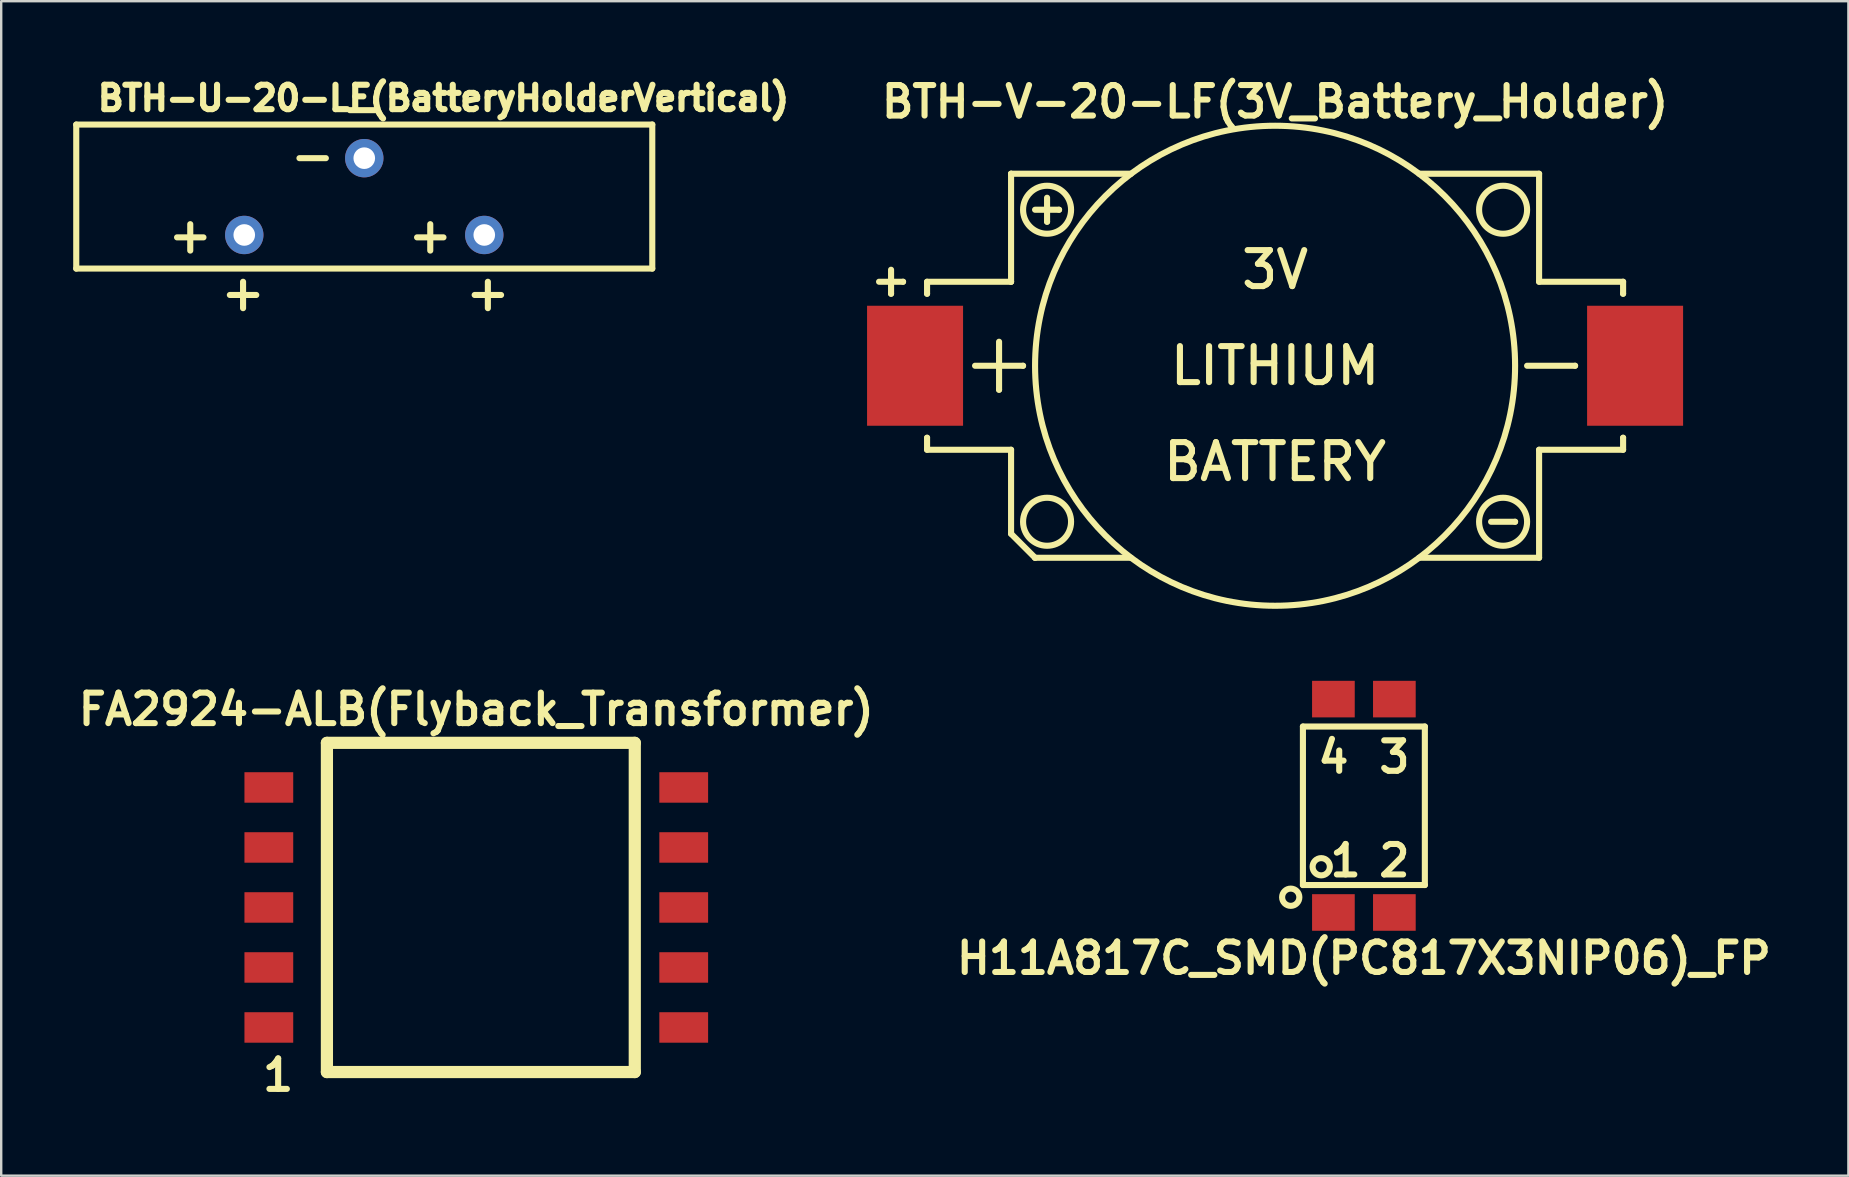
<source format=kicad_pcb>
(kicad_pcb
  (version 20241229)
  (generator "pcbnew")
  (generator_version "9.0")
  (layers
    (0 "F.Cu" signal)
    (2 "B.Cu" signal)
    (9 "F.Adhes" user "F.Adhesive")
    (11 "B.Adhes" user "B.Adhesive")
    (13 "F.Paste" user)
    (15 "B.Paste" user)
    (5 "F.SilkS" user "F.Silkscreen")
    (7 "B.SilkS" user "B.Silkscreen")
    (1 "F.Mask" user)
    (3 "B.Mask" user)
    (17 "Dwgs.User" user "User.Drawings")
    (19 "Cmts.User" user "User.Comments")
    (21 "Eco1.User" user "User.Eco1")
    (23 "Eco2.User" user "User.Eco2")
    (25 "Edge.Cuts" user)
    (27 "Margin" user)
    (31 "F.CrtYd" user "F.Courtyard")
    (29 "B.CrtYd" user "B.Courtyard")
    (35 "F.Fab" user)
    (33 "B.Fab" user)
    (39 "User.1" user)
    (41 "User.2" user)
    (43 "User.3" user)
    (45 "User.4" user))
  (footprint "BTH-U-20-LF(BatteryHolderVertical)"
    (layer "F.Cu")
    (at 12.127 5.14)
    (property "Reference" "BTH-U-20-LF(BatteryHolderVertical)" (at 3.3 -4.1 0) (layer "F.SilkS") (effects (font (size 1.016 1.016) (thickness 0.254))))
    (attr through_hole)
    (fp_line (start -12 -3) (end -12 3) (stroke (width 0.254) (type solid)) (layer "F.SilkS"))
    (fp_line (start -12 3) (end 12 3) (stroke (width 0.254) (type solid)) (layer "F.SilkS"))
    (fp_line (start -7.8 1.7) (end -6.7 1.7) (stroke (width 0.254) (type solid)) (layer "F.SilkS"))
    (fp_line (start -7.25 2.25) (end -7.25 1.15) (stroke (width 0.254) (type solid)) (layer "F.SilkS"))
    (fp_line (start -5.6 4.1) (end -4.5 4.1) (stroke (width 0.254) (type solid)) (layer "F.SilkS"))
    (fp_line (start -5.05 4.65) (end -5.05 3.55) (stroke (width 0.254) (type solid)) (layer "F.SilkS"))
    (fp_line (start -2.7 -1.6) (end -1.6 -1.6) (stroke (width 0.254) (type solid)) (layer "F.SilkS"))
    (fp_line (start -0.6 -3.6) (end 0.5 -3.6) (stroke (width 0.254) (type solid)) (layer "F.SilkS"))
    (fp_line (start 2.2 1.7) (end 3.3 1.7) (stroke (width 0.254) (type solid)) (layer "F.SilkS"))
    (fp_line (start 2.75 2.25) (end 2.75 1.15) (stroke (width 0.254) (type solid)) (layer "F.SilkS"))
    (fp_line (start 5.15 4.65) (end 5.15 3.55) (stroke (width 0.254) (type solid)) (layer "F.SilkS"))
    (fp_line (start 5.7 4.1) (end 4.6 4.1) (stroke (width 0.254) (type solid)) (layer "F.SilkS"))
    (fp_line (start 12 -3) (end -12 -3) (stroke (width 0.254) (type solid)) (layer "F.SilkS"))
    (fp_line (start 12 3) (end 12 -3) (stroke (width 0.254) (type solid)) (layer "F.SilkS"))
    (pad "1" thru_hole circle (at -5 1.6) (size 1.6 1.6) (drill 0.9) (layers "*.Cu" "*.Mask"))
    (pad "1" thru_hole circle (at 5 1.6) (size 1.6 1.6) (drill 0.9) (layers "*.Cu" "*.Mask"))
    (pad "2" thru_hole circle (at 0 -1.6) (size 1.6 1.6) (drill 0.9) (layers "*.Cu" "*.Mask")))
  (footprint "H11A817C_SMD(PC817X3NIP06)_FP"
    (layer "F.Cu")
    (at 53.776 30.523)
    (property "Reference" "H11A817C_SMD(PC817X3NIP06)_FP" (at 0 6.35 0) (layer "F.SilkS") (effects (font (size 1.27 1.27) (thickness 0.254))))
    (attr through_hole)
    (fp_line (start -2.54 -3.302) (end 2.54 -3.302) (stroke (width 0.254) (type solid)) (layer "F.SilkS"))
    (fp_line (start -2.54 3.302) (end -2.54 -3.302) (stroke (width 0.254) (type solid)) (layer "F.SilkS"))
    (fp_line (start 2.54 -3.302) (end 2.54 3.302) (stroke (width 0.254) (type solid)) (layer "F.SilkS"))
    (fp_line (start 2.54 3.302) (end -2.54 3.302) (stroke (width 0.254) (type solid)) (layer "F.SilkS"))
    (fp_circle (center -3.048 3.81) (end -3.302 4.064) (stroke (width 0.254) (type solid)) (fill no) (layer "F.SilkS"))
    (fp_circle (center -1.778 2.54) (end -2.032 2.794) (stroke (width 0.254) (type solid)) (fill no) (layer "F.SilkS"))
    (fp_text user "1" (at -0.762 2.286 0) (layer "F.SilkS") (effects (font (size 1.27 1.27) (thickness 0.254))))
    (fp_text user "4" (at -1.27 -2.032 0) (layer "F.SilkS") (effects (font (size 1.27 1.27) (thickness 0.254))))
    (fp_text user "3" (at 1.27 -2.032 0) (layer "F.SilkS") (effects (font (size 1.27 1.27) (thickness 0.254))))
    (fp_text user "2" (at 1.27 2.286 0) (layer "F.SilkS") (effects (font (size 1.27 1.27) (thickness 0.254))))
    (pad "1" smd rect (at -1.27 4.445) (size 1.778 1.524) (layers "F.Cu" "F.Mask" "F.Paste"))
    (pad "2" smd rect (at 1.27 4.445) (size 1.778 1.524) (layers "F.Cu" "F.Mask" "F.Paste"))
    (pad "3" smd rect (at 1.27 -4.445) (size 1.778 1.524) (layers "F.Cu" "F.Mask" "F.Paste"))
    (pad "4" smd rect (at -1.27 -4.445) (size 1.778 1.524) (layers "F.Cu" "F.Mask" "F.Paste")))
  (footprint "BTH-V-20-LF(3V_Battery_Holder)"
    (layer "F.Cu")
    (at 50.076 12.189)
    (property "Reference" "BTH-V-20-LF(3V_Battery_Holder)" (at 0 -11 0) (layer "F.SilkS") (effects (font (size 1.27 1.27) (thickness 0.254))))
    (attr through_hole)
    (fp_line (start -16.5 -3.5) (end -15.5 -3.5) (stroke (width 0.254) (type solid)) (layer "F.SilkS"))
    (fp_line (start -16 -4) (end -16 -3) (stroke (width 0.254) (type solid)) (layer "F.SilkS"))
    (fp_line (start -16 -3) (end -16 -3) (stroke (width 0.254) (type solid)) (layer "F.SilkS"))
    (fp_line (start -15.5 -3.5) (end -15.5 -3.5) (stroke (width 0.254) (type solid)) (layer "F.SilkS"))
    (fp_line (start -14.5 -3.5) (end -14.5 -3) (stroke (width 0.254) (type solid)) (layer "F.SilkS"))
    (fp_line (start -14.5 -3) (end -14.5 -3) (stroke (width 0.254) (type solid)) (layer "F.SilkS"))
    (fp_line (start -14.5 3) (end -14.5 3) (stroke (width 0.254) (type solid)) (layer "F.SilkS"))
    (fp_line (start -14.5 3.5) (end -14.5 3) (stroke (width 0.254) (type solid)) (layer "F.SilkS"))
    (fp_line (start -12.5 0) (end -10.5 0) (stroke (width 0.254) (type solid)) (layer "F.SilkS"))
    (fp_line (start -11.5 -1) (end -11.5 1) (stroke (width 0.254) (type solid)) (layer "F.SilkS"))
    (fp_line (start -11.5 1) (end -11.5 1) (stroke (width 0.254) (type solid)) (layer "F.SilkS"))
    (fp_line (start -11 -8) (end -11 -8) (stroke (width 0.254) (type solid)) (layer "F.SilkS"))
    (fp_line (start -11 -8) (end -11 -3.5) (stroke (width 0.254) (type solid)) (layer "F.SilkS"))
    (fp_line (start -11 -3.5) (end -14.5 -3.5) (stroke (width 0.254) (type solid)) (layer "F.SilkS"))
    (fp_line (start -11 -3.5) (end -11 -3.5) (stroke (width 0.254) (type solid)) (layer "F.SilkS"))
    (fp_line (start -11 3.5) (end -14.5 3.5) (stroke (width 0.254) (type solid)) (layer "F.SilkS"))
    (fp_line (start -11 7) (end -11 3.5) (stroke (width 0.254) (type solid)) (layer "F.SilkS"))
    (fp_line (start -11 7) (end -10 8) (stroke (width 0.254) (type solid)) (layer "F.SilkS"))
    (fp_line (start -10.5 0) (end -10.5 0) (stroke (width 0.254) (type solid)) (layer "F.SilkS"))
    (fp_line (start -10 -6.5) (end -9 -6.5) (stroke (width 0.254) (type solid)) (layer "F.SilkS"))
    (fp_line (start -10 8) (end -10 8) (stroke (width 0.254) (type solid)) (layer "F.SilkS"))
    (fp_line (start -9.5 -7) (end -9.5 -6) (stroke (width 0.254) (type solid)) (layer "F.SilkS"))
    (fp_line (start -9.5 -6) (end -9.5 -6) (stroke (width 0.254) (type solid)) (layer "F.SilkS"))
    (fp_line (start -9 -6.5) (end -9 -6.5) (stroke (width 0.254) (type solid)) (layer "F.SilkS"))
    (fp_line (start -6 -8) (end -11 -8) (stroke (width 0.254) (type solid)) (layer "F.SilkS"))
    (fp_line (start -6 8) (end -10 8) (stroke (width 0.254) (type solid)) (layer "F.SilkS"))
    (fp_line (start 9 6.5) (end 10 6.5) (stroke (width 0.254) (type solid)) (layer "F.SilkS"))
    (fp_line (start 10 6.5) (end 10 6.5) (stroke (width 0.254) (type solid)) (layer "F.SilkS"))
    (fp_line (start 10.5 0) (end 12.5 0) (stroke (width 0.254) (type solid)) (layer "F.SilkS"))
    (fp_line (start 11 -8) (end 6 -8) (stroke (width 0.254) (type solid)) (layer "F.SilkS"))
    (fp_line (start 11 -8) (end 11 -3.5) (stroke (width 0.254) (type solid)) (layer "F.SilkS"))
    (fp_line (start 11 -3.5) (end 14.5 -3.5) (stroke (width 0.254) (type solid)) (layer "F.SilkS"))
    (fp_line (start 11 3.5) (end 14.5 3.5) (stroke (width 0.254) (type solid)) (layer "F.SilkS"))
    (fp_line (start 11 8) (end 6 8) (stroke (width 0.254) (type solid)) (layer "F.SilkS"))
    (fp_line (start 11 8) (end 11 3.5) (stroke (width 0.254) (type solid)) (layer "F.SilkS"))
    (fp_line (start 12.5 0) (end 12.5 0) (stroke (width 0.254) (type solid)) (layer "F.SilkS"))
    (fp_line (start 14.5 -3.5) (end 14.5 -3) (stroke (width 0.254) (type solid)) (layer "F.SilkS"))
    (fp_line (start 14.5 -3) (end 14.5 -3) (stroke (width 0.254) (type solid)) (layer "F.SilkS"))
    (fp_line (start 14.5 3) (end 14.5 3) (stroke (width 0.254) (type solid)) (layer "F.SilkS"))
    (fp_line (start 14.5 3.5) (end 14.5 3) (stroke (width 0.254) (type solid)) (layer "F.SilkS"))
    (fp_circle (center -9.5 -6.5) (end -10.5 -6.5) (stroke (width 0.254) (type solid)) (fill no) (layer "F.SilkS"))
    (fp_circle (center -9.5 6.5) (end -10.5 6.5) (stroke (width 0.254) (type solid)) (fill no) (layer "F.SilkS"))
    (fp_circle (center 0 0) (end -10 0) (stroke (width 0.254) (type solid)) (fill no) (layer "F.SilkS"))
    (fp_circle (center 9.5 -6.5) (end 8.5 -6.5) (stroke (width 0.254) (type solid)) (fill no) (layer "F.SilkS"))
    (fp_circle (center 9.5 6.5) (end 8.5 6.5) (stroke (width 0.254) (type solid)) (fill no) (layer "F.SilkS"))
    (fp_text user "3V" (at 0 -4 0) (layer "F.SilkS") (effects (font (size 1.5 1.5) (thickness 0.254))))
    (fp_text user "BATTERY" (at 0 4 0) (layer "F.SilkS") (effects (font (size 1.5 1.5) (thickness 0.254))))
    (fp_text user "LITHIUM" (at 0 0 0) (layer "F.SilkS") (effects (font (size 1.5 1.5) (thickness 0.254))))
    (pad "1" smd rect (at -15 0) (size 4 5) (layers "F.Cu" "F.Mask" "F.Paste"))
    (pad "2" smd rect (at 15 0) (size 4 5) (layers "F.Cu" "F.Mask" "F.Paste")))
  (footprint "FA2924-ALB(Flyback_Transformer)"
    (layer "F.Cu")
    (at 16.794 34.759)
    (property "Reference" "FA2924-ALB(Flyback_Transformer)" (at 0 -8.255 0) (layer "F.SilkS") (effects (font (size 1.27 1.27) (thickness 0.254))))
    (attr smd)
    (fp_line (start -6.223 -6.858) (end -6.223 6.858) (stroke (width 0.508) (type solid)) (layer "F.SilkS"))
    (fp_line (start -6.223 -6.858) (end 6.604 -6.858) (stroke (width 0.508) (type solid)) (layer "F.SilkS"))
    (fp_line (start -6.223 6.858) (end 6.604 6.858) (stroke (width 0.508) (type solid)) (layer "F.SilkS"))
    (fp_line (start 6.604 -6.858) (end 6.604 6.858) (stroke (width 0.508) (type solid)) (layer "F.SilkS"))
    (fp_text user "1" (at -8.255 6.985 0) (layer "F.SilkS") (effects (font (size 1.27 1.27) (thickness 0.254))))
    (pad "1" smd rect (at -8.643 5) (size 2.032 1.27) (layers "F.Cu" "F.Mask" "F.Paste"))
    (pad "2" smd rect (at -8.643 2.5) (size 2.032 1.27) (layers "F.Cu" "F.Mask" "F.Paste"))
    (pad "3" smd rect (at -8.643 0) (size 2.032 1.27) (layers "F.Cu" "F.Mask" "F.Paste"))
    (pad "4" smd rect (at -8.643 -2.5) (size 2.032 1.27) (layers "F.Cu" "F.Mask" "F.Paste"))
    (pad "5" smd rect (at -8.643 -5) (size 2.032 1.27) (layers "F.Cu" "F.Mask" "F.Paste"))
    (pad "6" smd rect (at 8.643 -5) (size 2.032 1.27) (layers "F.Cu" "F.Mask" "F.Paste"))
    (pad "7" smd rect (at 8.643 -2.5) (size 2.032 1.27) (layers "F.Cu" "F.Mask" "F.Paste"))
    (pad "8" smd rect (at 8.643 0) (size 2.032 1.27) (layers "F.Cu" "F.Mask" "F.Paste"))
    (pad "9" smd rect (at 8.643 2.5) (size 2.032 1.27) (layers "F.Cu" "F.Mask" "F.Paste"))
    (pad "10" smd rect (at 8.643 5) (size 2.032 1.27) (layers "F.Cu" "F.Mask" "F.Paste")))
  (gr_rect
    (start -3 -3)
    (end 73.963 45.933)
    (stroke (width 0.1) (type default))
    (fill no)
    (layer "Edge.Cuts")))
</source>
